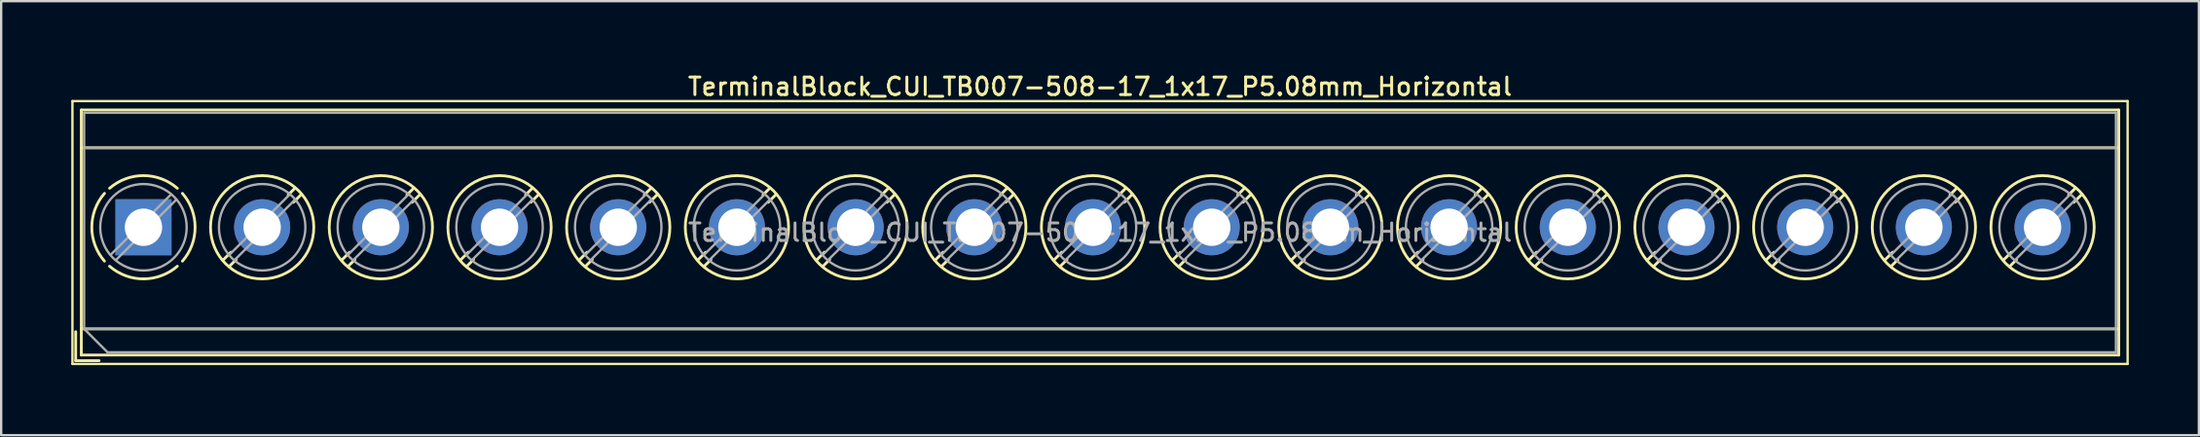
<source format=kicad_pcb>
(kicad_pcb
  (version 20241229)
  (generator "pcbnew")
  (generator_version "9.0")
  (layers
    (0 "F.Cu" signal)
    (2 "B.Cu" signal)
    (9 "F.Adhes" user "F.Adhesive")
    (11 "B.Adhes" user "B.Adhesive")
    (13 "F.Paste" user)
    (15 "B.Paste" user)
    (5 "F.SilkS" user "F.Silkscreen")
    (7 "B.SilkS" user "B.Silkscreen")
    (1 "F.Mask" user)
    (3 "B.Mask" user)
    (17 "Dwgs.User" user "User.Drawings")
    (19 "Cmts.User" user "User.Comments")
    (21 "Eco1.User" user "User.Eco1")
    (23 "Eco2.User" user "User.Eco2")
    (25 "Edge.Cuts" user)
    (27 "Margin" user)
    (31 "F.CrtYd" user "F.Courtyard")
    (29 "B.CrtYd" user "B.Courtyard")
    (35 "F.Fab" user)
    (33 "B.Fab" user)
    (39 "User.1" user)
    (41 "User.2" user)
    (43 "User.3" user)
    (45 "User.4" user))
  (footprint "TerminalBlock_CUI_TB007-508-17_1x17_P5.08mm_Horizontal"
    (layer "F.Cu")
    (at 3.09 6.678)
    (property "Reference" "TerminalBlock_CUI_TB007-508-17_1x17_P5.08mm_Horizontal" (at 40.94 -6.02 0) (layer "F.SilkS") (effects (font (size 0.75 0.75) (thickness 0.125))))
    (attr through_hole)
    (fp_line (start -3.04 -5.4) (end -3.04 5.85) (stroke (width 0.1) (type solid)) (layer "F.SilkS"))
    (fp_line (start -3.04 5.85) (end 84.92 5.85) (stroke (width 0.1) (type solid)) (layer "F.SilkS"))
    (fp_line (start -2.9 4.47) (end -2.9 5.71) (stroke (width 0.12) (type solid)) (layer "F.SilkS"))
    (fp_line (start -2.9 5.71) (end -1.9 5.71) (stroke (width 0.12) (type solid)) (layer "F.SilkS"))
    (fp_line (start -2.66 -5.02) (end -2.66 5.47) (stroke (width 0.12) (type solid)) (layer "F.SilkS"))
    (fp_line (start -2.66 -5.02) (end 84.54 -5.02) (stroke (width 0.12) (type solid)) (layer "F.SilkS"))
    (fp_line (start -2.66 -3.401) (end 84.54 -3.401) (stroke (width 0.12) (type solid)) (layer "F.SilkS"))
    (fp_line (start -2.66 4.35) (end 84.54 4.35) (stroke (width 0.12) (type solid)) (layer "F.SilkS"))
    (fp_line (start -2.66 5.47) (end 84.54 5.47) (stroke (width 0.12) (type solid)) (layer "F.SilkS"))
    (fp_line (start 3.743 1.068) (end 3.404 1.407) (stroke (width 0.12) (type solid)) (layer "F.SilkS"))
    (fp_line (start 3.967 1.384) (end 3.674 1.676) (stroke (width 0.12) (type solid)) (layer "F.SilkS"))
    (fp_line (start 6.487 -1.676) (end 6.194 -1.384) (stroke (width 0.12) (type solid)) (layer "F.SilkS"))
    (fp_line (start 6.757 -1.407) (end 6.418 -1.068) (stroke (width 0.12) (type solid)) (layer "F.SilkS"))
    (fp_line (start 8.823 1.068) (end 8.484 1.407) (stroke (width 0.12) (type solid)) (layer "F.SilkS"))
    (fp_line (start 9.047 1.384) (end 8.754 1.676) (stroke (width 0.12) (type solid)) (layer "F.SilkS"))
    (fp_line (start 11.567 -1.676) (end 11.274 -1.384) (stroke (width 0.12) (type solid)) (layer "F.SilkS"))
    (fp_line (start 11.837 -1.407) (end 11.498 -1.068) (stroke (width 0.12) (type solid)) (layer "F.SilkS"))
    (fp_line (start 13.903 1.068) (end 13.564 1.407) (stroke (width 0.12) (type solid)) (layer "F.SilkS"))
    (fp_line (start 14.127 1.384) (end 13.834 1.676) (stroke (width 0.12) (type solid)) (layer "F.SilkS"))
    (fp_line (start 16.647 -1.676) (end 16.354 -1.384) (stroke (width 0.12) (type solid)) (layer "F.SilkS"))
    (fp_line (start 16.917 -1.407) (end 16.578 -1.068) (stroke (width 0.12) (type solid)) (layer "F.SilkS"))
    (fp_line (start 18.983 1.068) (end 18.644 1.407) (stroke (width 0.12) (type solid)) (layer "F.SilkS"))
    (fp_line (start 19.207 1.384) (end 18.914 1.676) (stroke (width 0.12) (type solid)) (layer "F.SilkS"))
    (fp_line (start 21.727 -1.676) (end 21.434 -1.384) (stroke (width 0.12) (type solid)) (layer "F.SilkS"))
    (fp_line (start 21.997 -1.407) (end 21.658 -1.068) (stroke (width 0.12) (type solid)) (layer "F.SilkS"))
    (fp_line (start 24.063 1.068) (end 23.724 1.407) (stroke (width 0.12) (type solid)) (layer "F.SilkS"))
    (fp_line (start 24.287 1.384) (end 23.994 1.676) (stroke (width 0.12) (type solid)) (layer "F.SilkS"))
    (fp_line (start 26.807 -1.676) (end 26.514 -1.384) (stroke (width 0.12) (type solid)) (layer "F.SilkS"))
    (fp_line (start 27.077 -1.407) (end 26.738 -1.068) (stroke (width 0.12) (type solid)) (layer "F.SilkS"))
    (fp_line (start 29.143 1.068) (end 28.804 1.407) (stroke (width 0.12) (type solid)) (layer "F.SilkS"))
    (fp_line (start 29.367 1.384) (end 29.074 1.676) (stroke (width 0.12) (type solid)) (layer "F.SilkS"))
    (fp_line (start 31.887 -1.676) (end 31.594 -1.384) (stroke (width 0.12) (type solid)) (layer "F.SilkS"))
    (fp_line (start 32.157 -1.407) (end 31.818 -1.068) (stroke (width 0.12) (type solid)) (layer "F.SilkS"))
    (fp_line (start 34.223 1.068) (end 33.884 1.407) (stroke (width 0.12) (type solid)) (layer "F.SilkS"))
    (fp_line (start 34.447 1.384) (end 34.154 1.676) (stroke (width 0.12) (type solid)) (layer "F.SilkS"))
    (fp_line (start 36.967 -1.676) (end 36.674 -1.384) (stroke (width 0.12) (type solid)) (layer "F.SilkS"))
    (fp_line (start 37.237 -1.407) (end 36.898 -1.068) (stroke (width 0.12) (type solid)) (layer "F.SilkS"))
    (fp_line (start 39.303 1.068) (end 38.964 1.407) (stroke (width 0.12) (type solid)) (layer "F.SilkS"))
    (fp_line (start 39.527 1.384) (end 39.234 1.676) (stroke (width 0.12) (type solid)) (layer "F.SilkS"))
    (fp_line (start 42.047 -1.676) (end 41.754 -1.384) (stroke (width 0.12) (type solid)) (layer "F.SilkS"))
    (fp_line (start 42.317 -1.407) (end 41.978 -1.068) (stroke (width 0.12) (type solid)) (layer "F.SilkS"))
    (fp_line (start 44.383 1.068) (end 44.044 1.407) (stroke (width 0.12) (type solid)) (layer "F.SilkS"))
    (fp_line (start 44.607 1.384) (end 44.314 1.676) (stroke (width 0.12) (type solid)) (layer "F.SilkS"))
    (fp_line (start 47.127 -1.676) (end 46.834 -1.384) (stroke (width 0.12) (type solid)) (layer "F.SilkS"))
    (fp_line (start 47.397 -1.407) (end 47.058 -1.068) (stroke (width 0.12) (type solid)) (layer "F.SilkS"))
    (fp_line (start 49.463 1.068) (end 49.124 1.407) (stroke (width 0.12) (type solid)) (layer "F.SilkS"))
    (fp_line (start 49.687 1.384) (end 49.394 1.676) (stroke (width 0.12) (type solid)) (layer "F.SilkS"))
    (fp_line (start 52.207 -1.676) (end 51.914 -1.384) (stroke (width 0.12) (type solid)) (layer "F.SilkS"))
    (fp_line (start 52.477 -1.407) (end 52.138 -1.068) (stroke (width 0.12) (type solid)) (layer "F.SilkS"))
    (fp_line (start 54.543 1.068) (end 54.204 1.407) (stroke (width 0.12) (type solid)) (layer "F.SilkS"))
    (fp_line (start 54.767 1.384) (end 54.474 1.676) (stroke (width 0.12) (type solid)) (layer "F.SilkS"))
    (fp_line (start 57.287 -1.676) (end 56.994 -1.384) (stroke (width 0.12) (type solid)) (layer "F.SilkS"))
    (fp_line (start 57.557 -1.407) (end 57.218 -1.068) (stroke (width 0.12) (type solid)) (layer "F.SilkS"))
    (fp_line (start 59.623 1.068) (end 59.284 1.407) (stroke (width 0.12) (type solid)) (layer "F.SilkS"))
    (fp_line (start 59.847 1.384) (end 59.554 1.676) (stroke (width 0.12) (type solid)) (layer "F.SilkS"))
    (fp_line (start 62.367 -1.676) (end 62.074 -1.384) (stroke (width 0.12) (type solid)) (layer "F.SilkS"))
    (fp_line (start 62.637 -1.407) (end 62.298 -1.068) (stroke (width 0.12) (type solid)) (layer "F.SilkS"))
    (fp_line (start 64.703 1.068) (end 64.364 1.407) (stroke (width 0.12) (type solid)) (layer "F.SilkS"))
    (fp_line (start 64.927 1.384) (end 64.634 1.676) (stroke (width 0.12) (type solid)) (layer "F.SilkS"))
    (fp_line (start 67.447 -1.676) (end 67.154 -1.384) (stroke (width 0.12) (type solid)) (layer "F.SilkS"))
    (fp_line (start 67.717 -1.407) (end 67.378 -1.068) (stroke (width 0.12) (type solid)) (layer "F.SilkS"))
    (fp_line (start 69.783 1.068) (end 69.444 1.407) (stroke (width 0.12) (type solid)) (layer "F.SilkS"))
    (fp_line (start 70.007 1.384) (end 69.714 1.676) (stroke (width 0.12) (type solid)) (layer "F.SilkS"))
    (fp_line (start 72.527 -1.676) (end 72.234 -1.384) (stroke (width 0.12) (type solid)) (layer "F.SilkS"))
    (fp_line (start 72.797 -1.407) (end 72.458 -1.068) (stroke (width 0.12) (type solid)) (layer "F.SilkS"))
    (fp_line (start 74.863 1.068) (end 74.524 1.407) (stroke (width 0.12) (type solid)) (layer "F.SilkS"))
    (fp_line (start 75.087 1.384) (end 74.794 1.676) (stroke (width 0.12) (type solid)) (layer "F.SilkS"))
    (fp_line (start 77.607 -1.676) (end 77.314 -1.384) (stroke (width 0.12) (type solid)) (layer "F.SilkS"))
    (fp_line (start 77.877 -1.407) (end 77.538 -1.068) (stroke (width 0.12) (type solid)) (layer "F.SilkS"))
    (fp_line (start 79.943 1.068) (end 79.604 1.407) (stroke (width 0.12) (type solid)) (layer "F.SilkS"))
    (fp_line (start 80.167 1.384) (end 79.874 1.676) (stroke (width 0.12) (type solid)) (layer "F.SilkS"))
    (fp_line (start 82.687 -1.676) (end 82.394 -1.384) (stroke (width 0.12) (type solid)) (layer "F.SilkS"))
    (fp_line (start 82.957 -1.407) (end 82.618 -1.068) (stroke (width 0.12) (type solid)) (layer "F.SilkS"))
    (fp_line (start 84.54 -5.02) (end 84.54 5.47) (stroke (width 0.12) (type solid)) (layer "F.SilkS"))
    (fp_line (start 84.92 -5.4) (end -3.04 -5.4) (stroke (width 0.1) (type solid)) (layer "F.SilkS"))
    (fp_line (start 84.92 5.85) (end 84.92 -5.4) (stroke (width 0.1) (type solid)) (layer "F.SilkS"))
    (fp_arc (start -1.66902 1.449827) (mid -2.210797 -0.000777) (end -1.668 -1.451) (stroke (width 0.12) (type solid)) (layer "F.SilkS"))
    (fp_arc (start -1.449827 -1.66902) (mid 0.000777 -2.210797) (end 1.451 -1.668) (stroke (width 0.12) (type solid)) (layer "F.SilkS"))
    (fp_arc (start 0.037807 2.210474) (mid -0.756867 2.077204) (end -1.451 1.668) (stroke (width 0.12) (type solid)) (layer "F.SilkS"))
    (fp_arc (start 1.44989 1.667908) (mid 0.773958 2.070046) (end 0 2.21) (stroke (width 0.12) (type solid)) (layer "F.SilkS"))
    (fp_arc (start 1.668029 -1.449966) (mid 2.210141 0.000022) (end 1.668 1.45) (stroke (width 0.12) (type solid)) (layer "F.SilkS"))
    (fp_circle (center 5.08 0) (end 7.29 0) (stroke (width 0.12) (type solid)) (fill no) (layer "F.SilkS"))
    (fp_circle (center 10.16 0) (end 12.37 0) (stroke (width 0.12) (type solid)) (fill no) (layer "F.SilkS"))
    (fp_circle (center 15.24 0) (end 17.45 0) (stroke (width 0.12) (type solid)) (fill no) (layer "F.SilkS"))
    (fp_circle (center 20.32 0) (end 22.53 0) (stroke (width 0.12) (type solid)) (fill no) (layer "F.SilkS"))
    (fp_circle (center 25.4 0) (end 27.61 0) (stroke (width 0.12) (type solid)) (fill no) (layer "F.SilkS"))
    (fp_circle (center 30.48 0) (end 32.69 0) (stroke (width 0.12) (type solid)) (fill no) (layer "F.SilkS"))
    (fp_circle (center 35.56 0) (end 37.77 0) (stroke (width 0.12) (type solid)) (fill no) (layer "F.SilkS"))
    (fp_circle (center 40.64 0) (end 42.85 0) (stroke (width 0.12) (type solid)) (fill no) (layer "F.SilkS"))
    (fp_circle (center 45.72 0) (end 47.93 0) (stroke (width 0.12) (type solid)) (fill no) (layer "F.SilkS"))
    (fp_circle (center 50.8 0) (end 53.01 0) (stroke (width 0.12) (type solid)) (fill no) (layer "F.SilkS"))
    (fp_circle (center 55.88 0) (end 58.09 0) (stroke (width 0.12) (type solid)) (fill no) (layer "F.SilkS"))
    (fp_circle (center 60.96 0) (end 63.17 0) (stroke (width 0.12) (type solid)) (fill no) (layer "F.SilkS"))
    (fp_circle (center 66.04 0) (end 68.25 0) (stroke (width 0.12) (type solid)) (fill no) (layer "F.SilkS"))
    (fp_circle (center 71.12 0) (end 73.33 0) (stroke (width 0.12) (type solid)) (fill no) (layer "F.SilkS"))
    (fp_circle (center 76.2 0) (end 78.41 0) (stroke (width 0.12) (type solid)) (fill no) (layer "F.SilkS"))
    (fp_circle (center 81.28 0) (end 83.49 0) (stroke (width 0.12) (type solid)) (fill no) (layer "F.SilkS"))
    (fp_line (start -2.54 -4.9) (end 84.42 -4.9) (stroke (width 0.1) (type solid)) (layer "F.Fab"))
    (fp_line (start -2.54 -3.4) (end 84.42 -3.4) (stroke (width 0.1) (type solid)) (layer "F.Fab"))
    (fp_line (start -2.54 4.35) (end -2.54 -4.9) (stroke (width 0.1) (type solid)) (layer "F.Fab"))
    (fp_line (start -2.54 4.35) (end 84.42 4.35) (stroke (width 0.1) (type solid)) (layer "F.Fab"))
    (fp_line (start -1.54 5.35) (end -2.54 4.35) (stroke (width 0.1) (type solid)) (layer "F.Fab"))
    (fp_line (start 1.178 -1.403) (end -1.404 1.178) (stroke (width 0.1) (type solid)) (layer "F.Fab"))
    (fp_line (start 1.404 -1.178) (end -1.178 1.403) (stroke (width 0.1) (type solid)) (layer "F.Fab"))
    (fp_line (start 6.258 -1.403) (end 3.677 1.178) (stroke (width 0.1) (type solid)) (layer "F.Fab"))
    (fp_line (start 6.484 -1.178) (end 3.903 1.403) (stroke (width 0.1) (type solid)) (layer "F.Fab"))
    (fp_line (start 11.338 -1.403) (end 8.757 1.178) (stroke (width 0.1) (type solid)) (layer "F.Fab"))
    (fp_line (start 11.564 -1.178) (end 8.983 1.403) (stroke (width 0.1) (type solid)) (layer "F.Fab"))
    (fp_line (start 16.418 -1.403) (end 13.837 1.178) (stroke (width 0.1) (type solid)) (layer "F.Fab"))
    (fp_line (start 16.644 -1.178) (end 14.063 1.403) (stroke (width 0.1) (type solid)) (layer "F.Fab"))
    (fp_line (start 21.498 -1.403) (end 18.917 1.178) (stroke (width 0.1) (type solid)) (layer "F.Fab"))
    (fp_line (start 21.724 -1.178) (end 19.143 1.403) (stroke (width 0.1) (type solid)) (layer "F.Fab"))
    (fp_line (start 26.578 -1.403) (end 23.997 1.178) (stroke (width 0.1) (type solid)) (layer "F.Fab"))
    (fp_line (start 26.804 -1.178) (end 24.223 1.403) (stroke (width 0.1) (type solid)) (layer "F.Fab"))
    (fp_line (start 31.658 -1.403) (end 29.077 1.178) (stroke (width 0.1) (type solid)) (layer "F.Fab"))
    (fp_line (start 31.884 -1.178) (end 29.303 1.403) (stroke (width 0.1) (type solid)) (layer "F.Fab"))
    (fp_line (start 36.738 -1.403) (end 34.157 1.178) (stroke (width 0.1) (type solid)) (layer "F.Fab"))
    (fp_line (start 36.964 -1.178) (end 34.383 1.403) (stroke (width 0.1) (type solid)) (layer "F.Fab"))
    (fp_line (start 41.818 -1.403) (end 39.237 1.178) (stroke (width 0.1) (type solid)) (layer "F.Fab"))
    (fp_line (start 42.044 -1.178) (end 39.463 1.403) (stroke (width 0.1) (type solid)) (layer "F.Fab"))
    (fp_line (start 46.898 -1.403) (end 44.317 1.178) (stroke (width 0.1) (type solid)) (layer "F.Fab"))
    (fp_line (start 47.124 -1.178) (end 44.543 1.403) (stroke (width 0.1) (type solid)) (layer "F.Fab"))
    (fp_line (start 51.978 -1.403) (end 49.397 1.178) (stroke (width 0.1) (type solid)) (layer "F.Fab"))
    (fp_line (start 52.204 -1.178) (end 49.623 1.403) (stroke (width 0.1) (type solid)) (layer "F.Fab"))
    (fp_line (start 57.058 -1.403) (end 54.477 1.178) (stroke (width 0.1) (type solid)) (layer "F.Fab"))
    (fp_line (start 57.284 -1.178) (end 54.703 1.403) (stroke (width 0.1) (type solid)) (layer "F.Fab"))
    (fp_line (start 62.138 -1.403) (end 59.557 1.178) (stroke (width 0.1) (type solid)) (layer "F.Fab"))
    (fp_line (start 62.364 -1.178) (end 59.783 1.403) (stroke (width 0.1) (type solid)) (layer "F.Fab"))
    (fp_line (start 67.218 -1.403) (end 64.637 1.178) (stroke (width 0.1) (type solid)) (layer "F.Fab"))
    (fp_line (start 67.444 -1.178) (end 64.863 1.403) (stroke (width 0.1) (type solid)) (layer "F.Fab"))
    (fp_line (start 72.298 -1.403) (end 69.717 1.178) (stroke (width 0.1) (type solid)) (layer "F.Fab"))
    (fp_line (start 72.524 -1.178) (end 69.943 1.403) (stroke (width 0.1) (type solid)) (layer "F.Fab"))
    (fp_line (start 77.378 -1.403) (end 74.797 1.178) (stroke (width 0.1) (type solid)) (layer "F.Fab"))
    (fp_line (start 77.604 -1.178) (end 75.023 1.403) (stroke (width 0.1) (type solid)) (layer "F.Fab"))
    (fp_line (start 82.458 -1.403) (end 79.877 1.178) (stroke (width 0.1) (type solid)) (layer "F.Fab"))
    (fp_line (start 82.684 -1.178) (end 80.103 1.403) (stroke (width 0.1) (type solid)) (layer "F.Fab"))
    (fp_line (start 84.42 -4.9) (end 84.42 5.35) (stroke (width 0.1) (type solid)) (layer "F.Fab"))
    (fp_line (start 84.42 5.35) (end -1.54 5.35) (stroke (width 0.1) (type solid)) (layer "F.Fab"))
    (fp_circle (center 0 0) (end 1.85 0) (stroke (width 0.1) (type solid)) (fill no) (layer "F.Fab"))
    (fp_circle (center 5.08 0) (end 6.93 0) (stroke (width 0.1) (type solid)) (fill no) (layer "F.Fab"))
    (fp_circle (center 10.16 0) (end 12.01 0) (stroke (width 0.1) (type solid)) (fill no) (layer "F.Fab"))
    (fp_circle (center 15.24 0) (end 17.09 0) (stroke (width 0.1) (type solid)) (fill no) (layer "F.Fab"))
    (fp_circle (center 20.32 0) (end 22.17 0) (stroke (width 0.1) (type solid)) (fill no) (layer "F.Fab"))
    (fp_circle (center 25.4 0) (end 27.25 0) (stroke (width 0.1) (type solid)) (fill no) (layer "F.Fab"))
    (fp_circle (center 30.48 0) (end 32.33 0) (stroke (width 0.1) (type solid)) (fill no) (layer "F.Fab"))
    (fp_circle (center 35.56 0) (end 37.41 0) (stroke (width 0.1) (type solid)) (fill no) (layer "F.Fab"))
    (fp_circle (center 40.64 0) (end 42.49 0) (stroke (width 0.1) (type solid)) (fill no) (layer "F.Fab"))
    (fp_circle (center 45.72 0) (end 47.57 0) (stroke (width 0.1) (type solid)) (fill no) (layer "F.Fab"))
    (fp_circle (center 50.8 0) (end 52.65 0) (stroke (width 0.1) (type solid)) (fill no) (layer "F.Fab"))
    (fp_circle (center 55.88 0) (end 57.73 0) (stroke (width 0.1) (type solid)) (fill no) (layer "F.Fab"))
    (fp_circle (center 60.96 0) (end 62.81 0) (stroke (width 0.1) (type solid)) (fill no) (layer "F.Fab"))
    (fp_circle (center 66.04 0) (end 67.89 0) (stroke (width 0.1) (type solid)) (fill no) (layer "F.Fab"))
    (fp_circle (center 71.12 0) (end 72.97 0) (stroke (width 0.1) (type solid)) (fill no) (layer "F.Fab"))
    (fp_circle (center 76.2 0) (end 78.05 0) (stroke (width 0.1) (type solid)) (fill no) (layer "F.Fab"))
    (fp_circle (center 81.28 0) (end 83.13 0) (stroke (width 0.1) (type solid)) (fill no) (layer "F.Fab"))
    (fp_text user "${REFERENCE}" (at 40.94 0.225 0) (layer "F.Fab") (effects (font (size 0.75 0.75) (thickness 0.125))))
    (pad "1" thru_hole rect (at 0 0) (size 2.4 2.4) (drill 1.6) (layers "*.Cu" "*.Mask"))
    (pad "2" thru_hole circle (at 5.08 0) (size 2.4 2.4) (drill 1.6) (layers "*.Cu" "*.Mask"))
    (pad "3" thru_hole circle (at 10.16 0) (size 2.4 2.4) (drill 1.6) (layers "*.Cu" "*.Mask"))
    (pad "4" thru_hole circle (at 15.24 0) (size 2.4 2.4) (drill 1.6) (layers "*.Cu" "*.Mask"))
    (pad "5" thru_hole circle (at 20.32 0) (size 2.4 2.4) (drill 1.6) (layers "*.Cu" "*.Mask"))
    (pad "6" thru_hole circle (at 25.4 0) (size 2.4 2.4) (drill 1.6) (layers "*.Cu" "*.Mask"))
    (pad "7" thru_hole circle (at 30.48 0) (size 2.4 2.4) (drill 1.6) (layers "*.Cu" "*.Mask"))
    (pad "8" thru_hole circle (at 35.56 0) (size 2.4 2.4) (drill 1.6) (layers "*.Cu" "*.Mask"))
    (pad "9" thru_hole circle (at 40.64 0) (size 2.4 2.4) (drill 1.6) (layers "*.Cu" "*.Mask"))
    (pad "10" thru_hole circle (at 45.72 0) (size 2.4 2.4) (drill 1.6) (layers "*.Cu" "*.Mask"))
    (pad "11" thru_hole circle (at 50.8 0) (size 2.4 2.4) (drill 1.6) (layers "*.Cu" "*.Mask"))
    (pad "12" thru_hole circle (at 55.88 0) (size 2.4 2.4) (drill 1.6) (layers "*.Cu" "*.Mask"))
    (pad "13" thru_hole circle (at 60.96 0) (size 2.4 2.4) (drill 1.6) (layers "*.Cu" "*.Mask"))
    (pad "14" thru_hole circle (at 66.04 0) (size 2.4 2.4) (drill 1.6) (layers "*.Cu" "*.Mask"))
    (pad "15" thru_hole circle (at 71.12 0) (size 2.4 2.4) (drill 1.6) (layers "*.Cu" "*.Mask"))
    (pad "16" thru_hole circle (at 76.2 0) (size 2.4 2.4) (drill 1.6) (layers "*.Cu" "*.Mask"))
    (pad "17" thru_hole circle (at 81.28 0) (size 2.4 2.4) (drill 1.6) (layers "*.Cu" "*.Mask")))
  (gr_rect
    (start -3 -3)
    (end 91.06 15.578)
    (stroke (width 0.1) (type default))
    (fill no)
    (layer "Edge.Cuts")))
</source>
